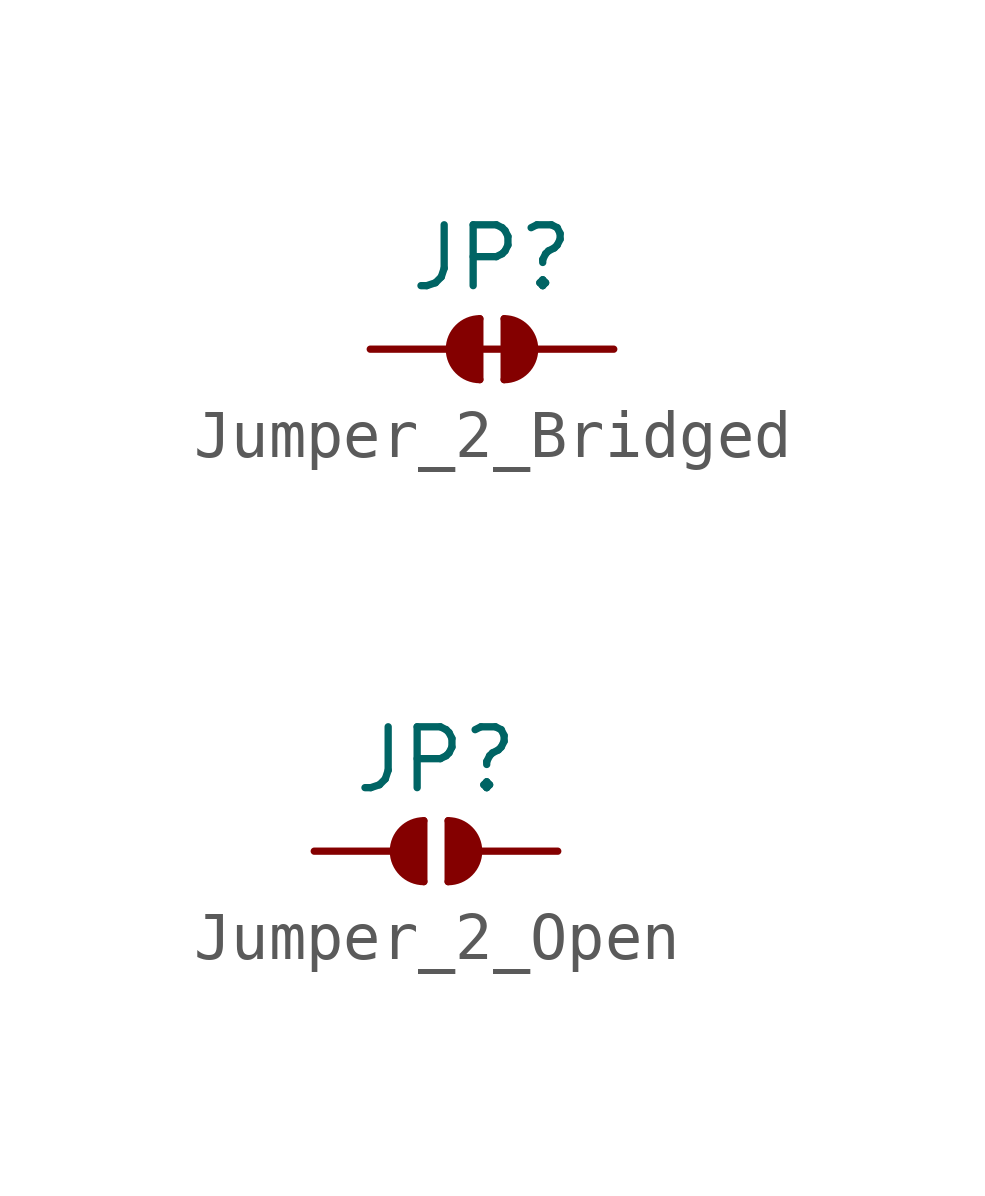
<source format=kicad_sym>
(kicad_symbol_lib
  (version 20241209)
  (generator "kicad_symbol_editor")
  (generator_version "9.0")
  (symbol "Jumper_2_Bridged"
    (pin_numbers
      (hide yes))
    (pin_names
      (hide yes))
    (property "Reference" "JP"
      (at 0 1.905 0)
      (do_not_autoplace)
      (effects (font (size 1.27 1.27))))
    (property "Value" ""
      (at 0 0 0)
      (effects (font (size 1.27 1.27))))
    (symbol "Jumper_2_Bridged_0_1"
      (polyline (pts (xy -0.254 0.635) (xy -0.254 -0.635)) (stroke (width 0) (type default)) (fill (type none)))
      (polyline (pts (xy 0.254 -0.635) (xy 0.254 0.635)) (stroke (width 0) (type default)) (fill (type none))))
    (symbol "Jumper_2_Bridged_1_1"
      (arc (start -0.254 -0.635) (mid -0.889 0) (end -0.254 0.635) (stroke (width 0) (type default)) (fill (type outline)))
      (polyline (pts (xy -0.254 0) (xy 0.254 0)) (stroke (width 0) (type default)) (fill (type none)))
      (arc (start 0.254 0.635) (mid 0.889 0) (end 0.254 -0.635) (stroke (width 0) (type default)) (fill (type outline)))
      (pin passive line (at -2.54 0 0) (length 1.651) (name "" (effects (font (size 1.27 1.27)))) (number "1" (effects (font (size 1.27 1.27)))))
      (pin passive line (at 2.54 0 180) (length 1.651) (name "" (effects (font (size 1.27 1.27)))) (number "2" (effects (font (size 1.27 1.27)))))))
  (symbol "Jumper_2_Open"
    (pin_numbers
      (hide yes))
    (pin_names
      (hide yes))
    (property "Reference" "JP"
      (at 0 1.905 0)
      (do_not_autoplace)
      (effects (font (size 1.27 1.27))))
    (property "Value" ""
      (at 0 0 0)
      (effects (font (size 1.27 1.27))))
    (symbol "Jumper_2_Open_0_1"
      (polyline (pts (xy -0.254 0.635) (xy -0.254 -0.635)) (stroke (width 0) (type default)) (fill (type none)))
      (polyline (pts (xy 0.254 -0.635) (xy 0.254 0.635)) (stroke (width 0) (type default)) (fill (type none))))
    (symbol "Jumper_2_Open_1_1"
      (arc (start -0.254 -0.635) (mid -0.889 0) (end -0.254 0.635) (stroke (width 0) (type default)) (fill (type outline)))
      (arc (start 0.254 0.635) (mid 0.889 0) (end 0.254 -0.635) (stroke (width 0) (type default)) (fill (type outline)))
      (pin passive line (at -2.54 0 0) (length 1.651) (name "" (effects (font (size 1.27 1.27)))) (number "1" (effects (font (size 1.27 1.27)))))
      (pin passive line (at 2.54 0 180) (length 1.651) (name "" (effects (font (size 1.27 1.27)))) (number "2" (effects (font (size 1.27 1.27))))))))
</source>
